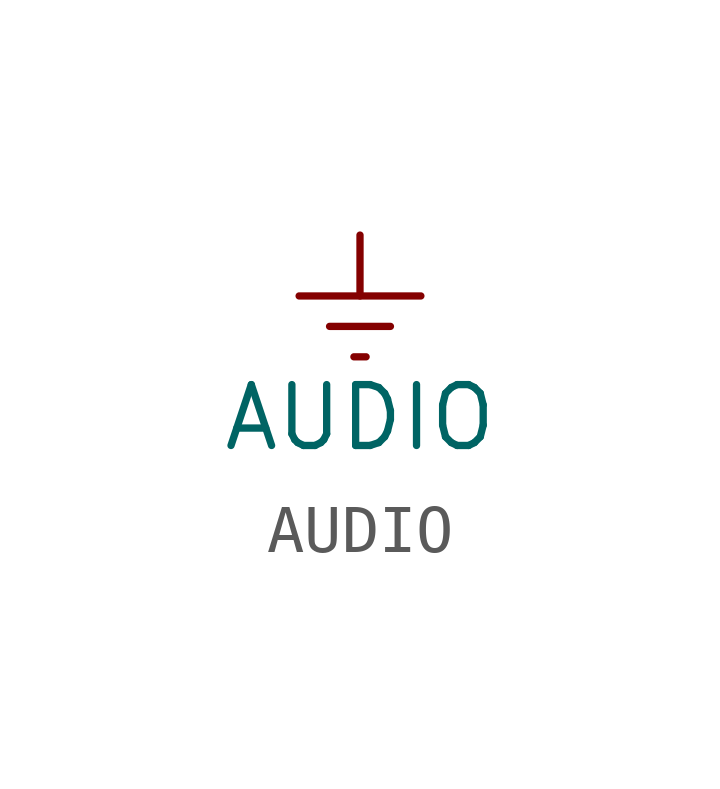
<source format=kicad_sym>
(kicad_symbol_lib
  (version 20220914)
  (generator kicad_symbol_editor)
  (symbol "AUDIO"
    (power)
    (pin_names
      (offset 0))
    (property "Reference" "#PWR"
      (at 0 -6.35 0)
      (effects (font (size 1.27 1.27)) hide))
    (property "Value" "AUDIO"
      (at 0 -3.81 0)
      (effects (font (size 1.27 1.27))))
    (symbol "AUDIO_0_1"
      (polyline (pts (xy -0.635 -1.905) (xy 0.635 -1.905)) (stroke (width 0) (type solid)) (fill (type none)))
      (polyline (pts (xy -0.127 -2.54) (xy 0.127 -2.54)) (stroke (width 0) (type solid)) (fill (type none)))
      (polyline (pts (xy 0 -1.27) (xy 0 0)) (stroke (width 0) (type solid)) (fill (type none)))
      (polyline (pts (xy 1.27 -1.27) (xy -1.27 -1.27)) (stroke (width 0) (type solid)) (fill (type none))))
    (symbol "AUDIO_1_1"
      (pin power_in line (at 0 0 270) (length 0) hide (name "AUDIO" (effects (font (size 1.27 1.27)))) (number "1" (effects (font (size 1.27 1.27))))))))
</source>
